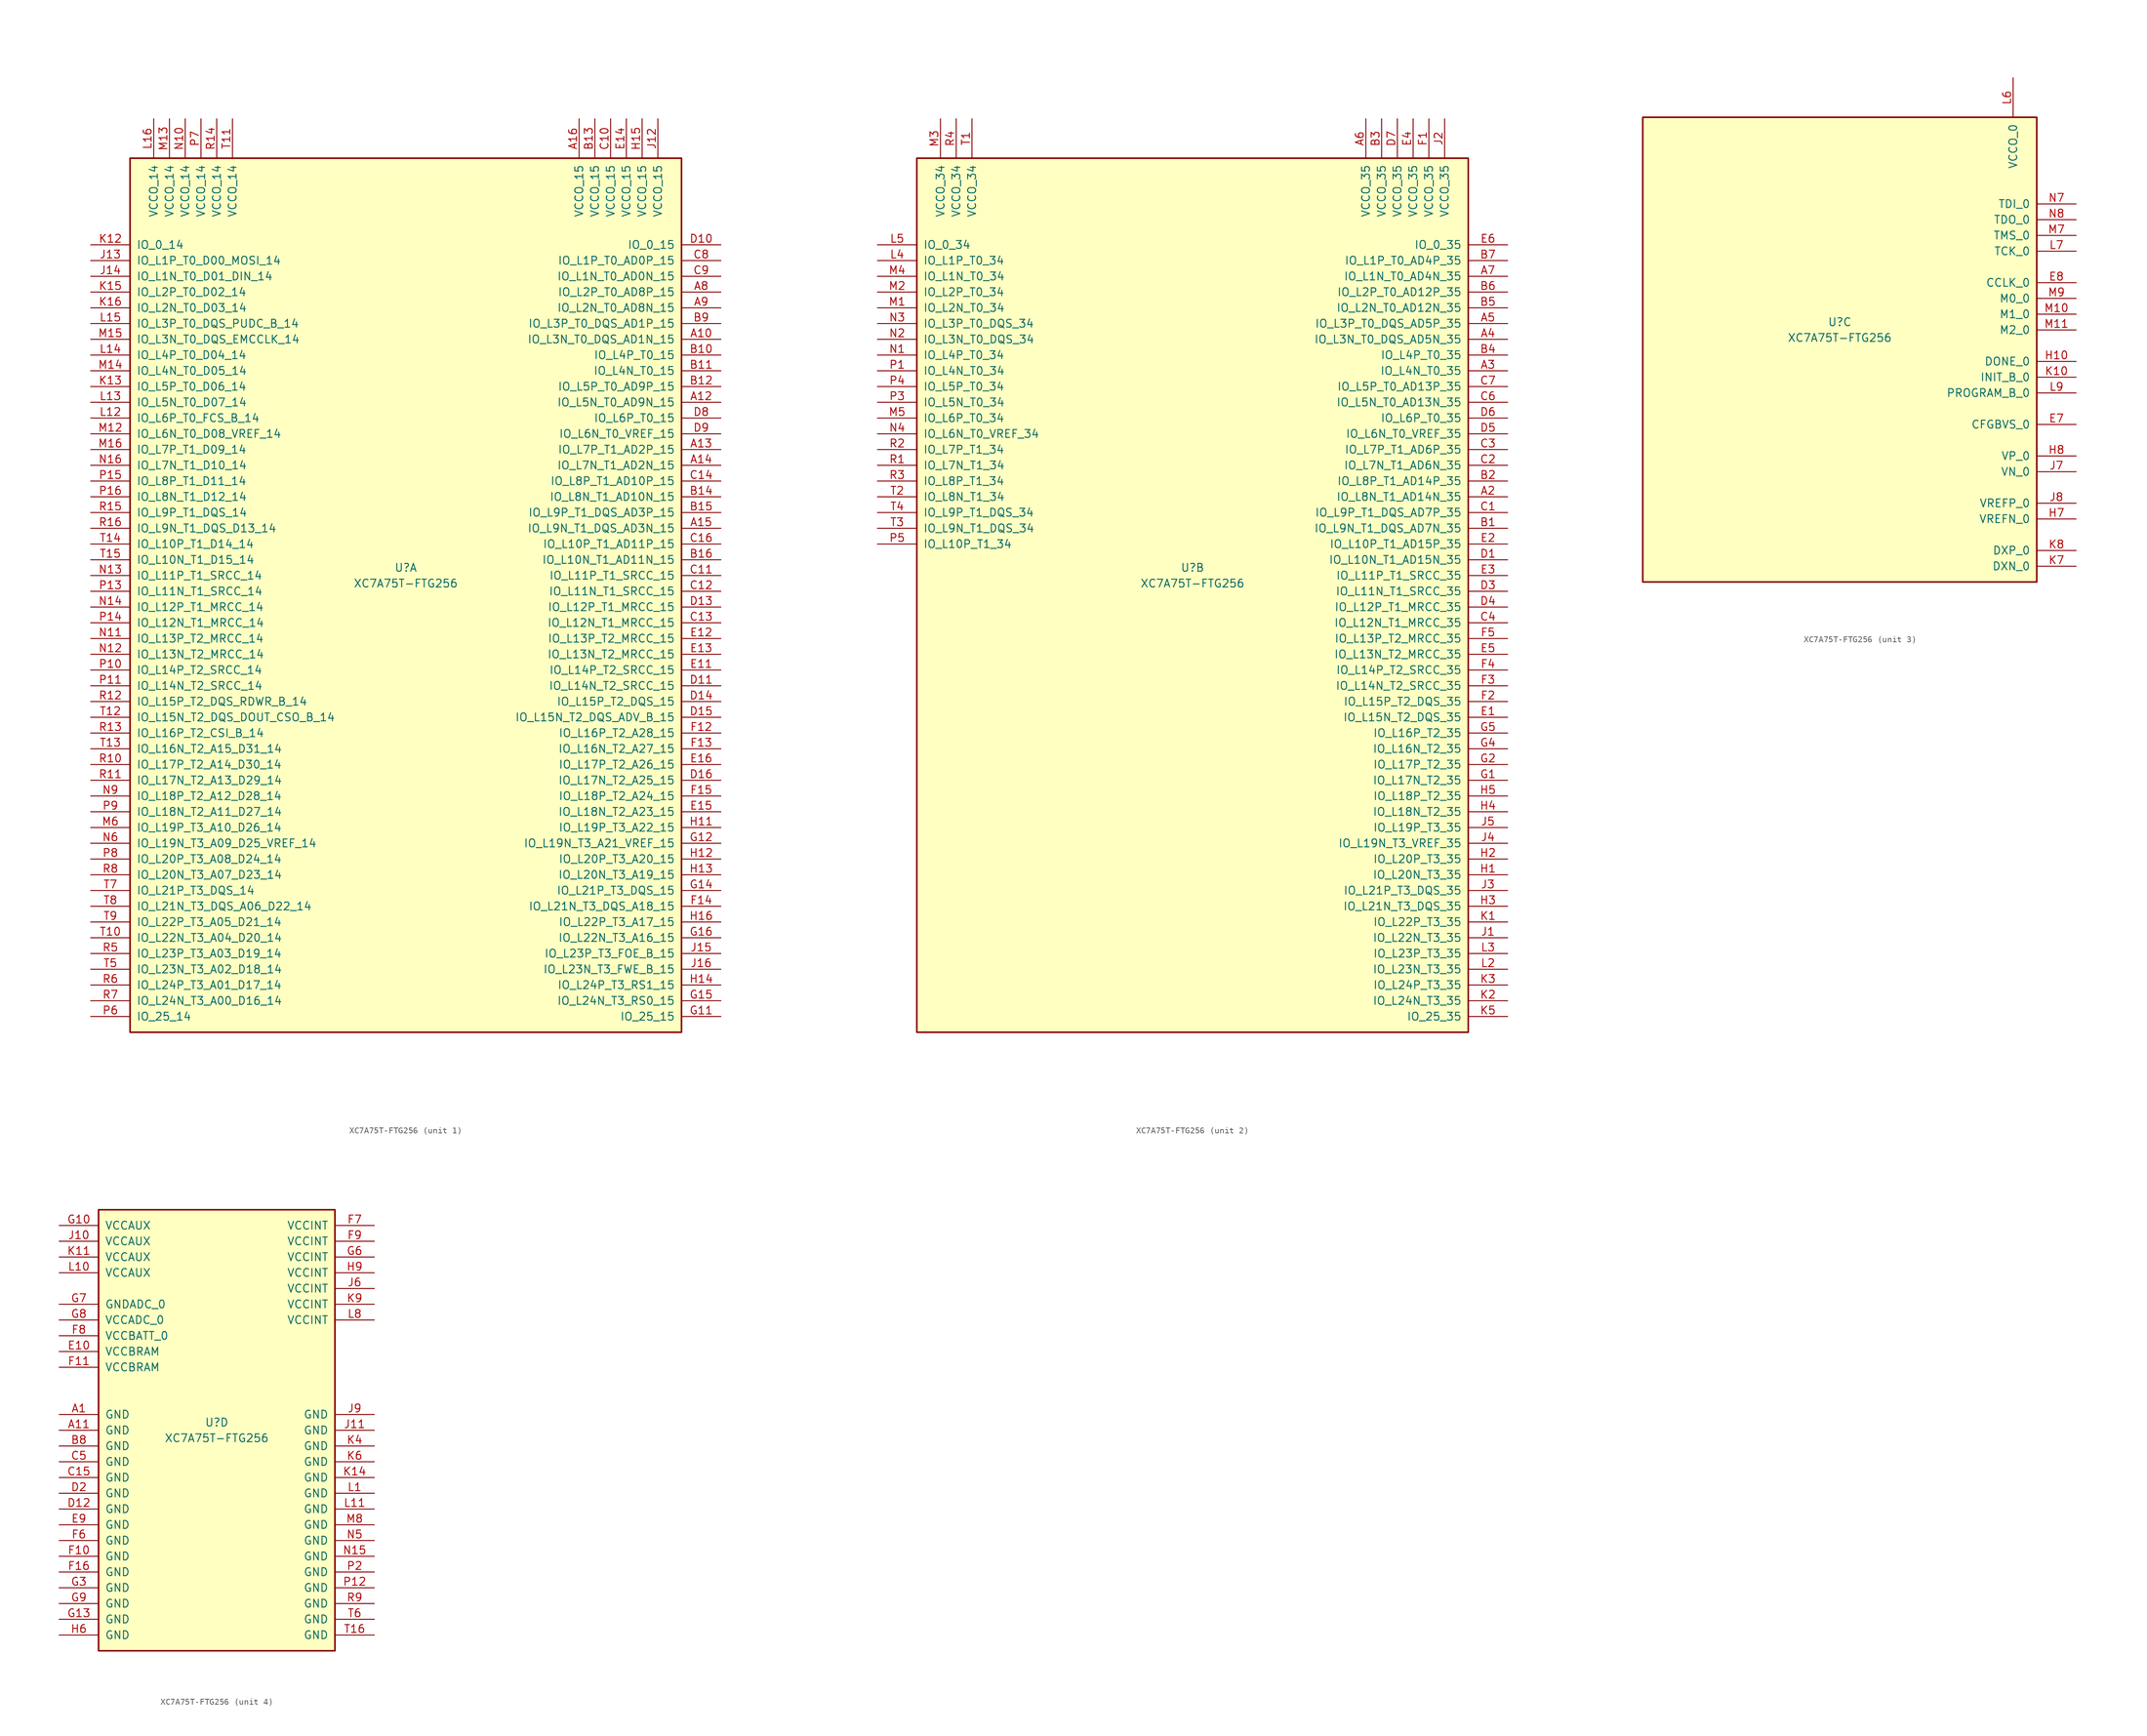
<source format=kicad_sym>
(kicad_symbol_lib
  (version 20211014)
  (generator kicad_symbol_editor)
  (symbol "XC7A75T-FTG256"
    (pin_names
      (offset 1.016))
    (property "Reference" "U"
      (at 0 1.27 0)
      (effects (font (size 1.27 1.27))))
    (property "Value" "XC7A75T-FTG256"
      (at 0 -1.27 0)
      (effects (font (size 1.27 1.27))))
    (property "Datasheet" ""
      (at 0 0 0)
      (effects (font (size 1.27 1.27))))
    (property "ki_locked" ""
      (at 0 0 0)
      (effects (font (size 1.27 1.27))))
    (symbol "XC7A75T-FTG256_1_1"
      (rectangle (start -44.45 67.31) (end 44.45 -73.66) (stroke (width 0.254) (type default) (color 0 0 0 0)) (fill (type background)))
      (pin bidirectional line (at 50.8 38.1 180) (length 6.35) (name "IO_L3N_T0_DQS_AD1N_15" (effects (font (size 1.27 1.27)))) (number "A10" (effects (font (size 1.27 1.27)))))
      (pin bidirectional line (at 50.8 27.94 180) (length 6.35) (name "IO_L5N_T0_AD9N_15" (effects (font (size 1.27 1.27)))) (number "A12" (effects (font (size 1.27 1.27)))))
      (pin bidirectional line (at 50.8 20.32 180) (length 6.35) (name "IO_L7P_T1_AD2P_15" (effects (font (size 1.27 1.27)))) (number "A13" (effects (font (size 1.27 1.27)))))
      (pin bidirectional line (at 50.8 17.78 180) (length 6.35) (name "IO_L7N_T1_AD2N_15" (effects (font (size 1.27 1.27)))) (number "A14" (effects (font (size 1.27 1.27)))))
      (pin bidirectional line (at 50.8 7.62 180) (length 6.35) (name "IO_L9N_T1_DQS_AD3N_15" (effects (font (size 1.27 1.27)))) (number "A15" (effects (font (size 1.27 1.27)))))
      (pin power_in line (at 27.94 73.66 270) (length 6.35) (name "VCCO_15" (effects (font (size 1.27 1.27)))) (number "A16" (effects (font (size 1.27 1.27)))))
      (pin bidirectional line (at 50.8 45.72 180) (length 6.35) (name "IO_L2P_T0_AD8P_15" (effects (font (size 1.27 1.27)))) (number "A8" (effects (font (size 1.27 1.27)))))
      (pin bidirectional line (at 50.8 43.18 180) (length 6.35) (name "IO_L2N_T0_AD8N_15" (effects (font (size 1.27 1.27)))) (number "A9" (effects (font (size 1.27 1.27)))))
      (pin bidirectional line (at 50.8 35.56 180) (length 6.35) (name "IO_L4P_T0_15" (effects (font (size 1.27 1.27)))) (number "B10" (effects (font (size 1.27 1.27)))))
      (pin bidirectional line (at 50.8 33.02 180) (length 6.35) (name "IO_L4N_T0_15" (effects (font (size 1.27 1.27)))) (number "B11" (effects (font (size 1.27 1.27)))))
      (pin bidirectional line (at 50.8 30.48 180) (length 6.35) (name "IO_L5P_T0_AD9P_15" (effects (font (size 1.27 1.27)))) (number "B12" (effects (font (size 1.27 1.27)))))
      (pin power_in line (at 30.48 73.66 270) (length 6.35) (name "VCCO_15" (effects (font (size 1.27 1.27)))) (number "B13" (effects (font (size 1.27 1.27)))))
      (pin bidirectional line (at 50.8 12.7 180) (length 6.35) (name "IO_L8N_T1_AD10N_15" (effects (font (size 1.27 1.27)))) (number "B14" (effects (font (size 1.27 1.27)))))
      (pin bidirectional line (at 50.8 10.16 180) (length 6.35) (name "IO_L9P_T1_DQS_AD3P_15" (effects (font (size 1.27 1.27)))) (number "B15" (effects (font (size 1.27 1.27)))))
      (pin bidirectional line (at 50.8 2.54 180) (length 6.35) (name "IO_L10N_T1_AD11N_15" (effects (font (size 1.27 1.27)))) (number "B16" (effects (font (size 1.27 1.27)))))
      (pin bidirectional line (at 50.8 40.64 180) (length 6.35) (name "IO_L3P_T0_DQS_AD1P_15" (effects (font (size 1.27 1.27)))) (number "B9" (effects (font (size 1.27 1.27)))))
      (pin power_in line (at 33.02 73.66 270) (length 6.35) (name "VCCO_15" (effects (font (size 1.27 1.27)))) (number "C10" (effects (font (size 1.27 1.27)))))
      (pin bidirectional line (at 50.8 0 180) (length 6.35) (name "IO_L11P_T1_SRCC_15" (effects (font (size 1.27 1.27)))) (number "C11" (effects (font (size 1.27 1.27)))))
      (pin bidirectional line (at 50.8 -2.54 180) (length 6.35) (name "IO_L11N_T1_SRCC_15" (effects (font (size 1.27 1.27)))) (number "C12" (effects (font (size 1.27 1.27)))))
      (pin bidirectional line (at 50.8 -7.62 180) (length 6.35) (name "IO_L12N_T1_MRCC_15" (effects (font (size 1.27 1.27)))) (number "C13" (effects (font (size 1.27 1.27)))))
      (pin bidirectional line (at 50.8 15.24 180) (length 6.35) (name "IO_L8P_T1_AD10P_15" (effects (font (size 1.27 1.27)))) (number "C14" (effects (font (size 1.27 1.27)))))
      (pin bidirectional line (at 50.8 5.08 180) (length 6.35) (name "IO_L10P_T1_AD11P_15" (effects (font (size 1.27 1.27)))) (number "C16" (effects (font (size 1.27 1.27)))))
      (pin bidirectional line (at 50.8 50.8 180) (length 6.35) (name "IO_L1P_T0_AD0P_15" (effects (font (size 1.27 1.27)))) (number "C8" (effects (font (size 1.27 1.27)))))
      (pin bidirectional line (at 50.8 48.26 180) (length 6.35) (name "IO_L1N_T0_AD0N_15" (effects (font (size 1.27 1.27)))) (number "C9" (effects (font (size 1.27 1.27)))))
      (pin bidirectional line (at 50.8 53.34 180) (length 6.35) (name "IO_0_15" (effects (font (size 1.27 1.27)))) (number "D10" (effects (font (size 1.27 1.27)))))
      (pin bidirectional line (at 50.8 -17.78 180) (length 6.35) (name "IO_L14N_T2_SRCC_15" (effects (font (size 1.27 1.27)))) (number "D11" (effects (font (size 1.27 1.27)))))
      (pin bidirectional line (at 50.8 -5.08 180) (length 6.35) (name "IO_L12P_T1_MRCC_15" (effects (font (size 1.27 1.27)))) (number "D13" (effects (font (size 1.27 1.27)))))
      (pin bidirectional line (at 50.8 -20.32 180) (length 6.35) (name "IO_L15P_T2_DQS_15" (effects (font (size 1.27 1.27)))) (number "D14" (effects (font (size 1.27 1.27)))))
      (pin bidirectional line (at 50.8 -22.86 180) (length 6.35) (name "IO_L15N_T2_DQS_ADV_B_15" (effects (font (size 1.27 1.27)))) (number "D15" (effects (font (size 1.27 1.27)))))
      (pin bidirectional line (at 50.8 -33.02 180) (length 6.35) (name "IO_L17N_T2_A25_15" (effects (font (size 1.27 1.27)))) (number "D16" (effects (font (size 1.27 1.27)))))
      (pin bidirectional line (at 50.8 25.4 180) (length 6.35) (name "IO_L6P_T0_15" (effects (font (size 1.27 1.27)))) (number "D8" (effects (font (size 1.27 1.27)))))
      (pin bidirectional line (at 50.8 22.86 180) (length 6.35) (name "IO_L6N_T0_VREF_15" (effects (font (size 1.27 1.27)))) (number "D9" (effects (font (size 1.27 1.27)))))
      (pin bidirectional line (at 50.8 -15.24 180) (length 6.35) (name "IO_L14P_T2_SRCC_15" (effects (font (size 1.27 1.27)))) (number "E11" (effects (font (size 1.27 1.27)))))
      (pin bidirectional line (at 50.8 -10.16 180) (length 6.35) (name "IO_L13P_T2_MRCC_15" (effects (font (size 1.27 1.27)))) (number "E12" (effects (font (size 1.27 1.27)))))
      (pin bidirectional line (at 50.8 -12.7 180) (length 6.35) (name "IO_L13N_T2_MRCC_15" (effects (font (size 1.27 1.27)))) (number "E13" (effects (font (size 1.27 1.27)))))
      (pin power_in line (at 35.56 73.66 270) (length 6.35) (name "VCCO_15" (effects (font (size 1.27 1.27)))) (number "E14" (effects (font (size 1.27 1.27)))))
      (pin bidirectional line (at 50.8 -38.1 180) (length 6.35) (name "IO_L18N_T2_A23_15" (effects (font (size 1.27 1.27)))) (number "E15" (effects (font (size 1.27 1.27)))))
      (pin bidirectional line (at 50.8 -30.48 180) (length 6.35) (name "IO_L17P_T2_A26_15" (effects (font (size 1.27 1.27)))) (number "E16" (effects (font (size 1.27 1.27)))))
      (pin bidirectional line (at 50.8 -25.4 180) (length 6.35) (name "IO_L16P_T2_A28_15" (effects (font (size 1.27 1.27)))) (number "F12" (effects (font (size 1.27 1.27)))))
      (pin bidirectional line (at 50.8 -27.94 180) (length 6.35) (name "IO_L16N_T2_A27_15" (effects (font (size 1.27 1.27)))) (number "F13" (effects (font (size 1.27 1.27)))))
      (pin bidirectional line (at 50.8 -53.34 180) (length 6.35) (name "IO_L21N_T3_DQS_A18_15" (effects (font (size 1.27 1.27)))) (number "F14" (effects (font (size 1.27 1.27)))))
      (pin bidirectional line (at 50.8 -35.56 180) (length 6.35) (name "IO_L18P_T2_A24_15" (effects (font (size 1.27 1.27)))) (number "F15" (effects (font (size 1.27 1.27)))))
      (pin bidirectional line (at 50.8 -71.12 180) (length 6.35) (name "IO_25_15" (effects (font (size 1.27 1.27)))) (number "G11" (effects (font (size 1.27 1.27)))))
      (pin bidirectional line (at 50.8 -43.18 180) (length 6.35) (name "IO_L19N_T3_A21_VREF_15" (effects (font (size 1.27 1.27)))) (number "G12" (effects (font (size 1.27 1.27)))))
      (pin bidirectional line (at 50.8 -50.8 180) (length 6.35) (name "IO_L21P_T3_DQS_15" (effects (font (size 1.27 1.27)))) (number "G14" (effects (font (size 1.27 1.27)))))
      (pin bidirectional line (at 50.8 -68.58 180) (length 6.35) (name "IO_L24N_T3_RS0_15" (effects (font (size 1.27 1.27)))) (number "G15" (effects (font (size 1.27 1.27)))))
      (pin bidirectional line (at 50.8 -58.42 180) (length 6.35) (name "IO_L22N_T3_A16_15" (effects (font (size 1.27 1.27)))) (number "G16" (effects (font (size 1.27 1.27)))))
      (pin bidirectional line (at 50.8 -40.64 180) (length 6.35) (name "IO_L19P_T3_A22_15" (effects (font (size 1.27 1.27)))) (number "H11" (effects (font (size 1.27 1.27)))))
      (pin bidirectional line (at 50.8 -45.72 180) (length 6.35) (name "IO_L20P_T3_A20_15" (effects (font (size 1.27 1.27)))) (number "H12" (effects (font (size 1.27 1.27)))))
      (pin bidirectional line (at 50.8 -48.26 180) (length 6.35) (name "IO_L20N_T3_A19_15" (effects (font (size 1.27 1.27)))) (number "H13" (effects (font (size 1.27 1.27)))))
      (pin bidirectional line (at 50.8 -66.04 180) (length 6.35) (name "IO_L24P_T3_RS1_15" (effects (font (size 1.27 1.27)))) (number "H14" (effects (font (size 1.27 1.27)))))
      (pin power_in line (at 38.1 73.66 270) (length 6.35) (name "VCCO_15" (effects (font (size 1.27 1.27)))) (number "H15" (effects (font (size 1.27 1.27)))))
      (pin bidirectional line (at 50.8 -55.88 180) (length 6.35) (name "IO_L22P_T3_A17_15" (effects (font (size 1.27 1.27)))) (number "H16" (effects (font (size 1.27 1.27)))))
      (pin power_in line (at 40.64 73.66 270) (length 6.35) (name "VCCO_15" (effects (font (size 1.27 1.27)))) (number "J12" (effects (font (size 1.27 1.27)))))
      (pin bidirectional line (at -50.8 50.8 0) (length 6.35) (name "IO_L1P_T0_D00_MOSI_14" (effects (font (size 1.27 1.27)))) (number "J13" (effects (font (size 1.27 1.27)))))
      (pin bidirectional line (at -50.8 48.26 0) (length 6.35) (name "IO_L1N_T0_D01_DIN_14" (effects (font (size 1.27 1.27)))) (number "J14" (effects (font (size 1.27 1.27)))))
      (pin bidirectional line (at 50.8 -60.96 180) (length 6.35) (name "IO_L23P_T3_FOE_B_15" (effects (font (size 1.27 1.27)))) (number "J15" (effects (font (size 1.27 1.27)))))
      (pin bidirectional line (at 50.8 -63.5 180) (length 6.35) (name "IO_L23N_T3_FWE_B_15" (effects (font (size 1.27 1.27)))) (number "J16" (effects (font (size 1.27 1.27)))))
      (pin bidirectional line (at -50.8 53.34 0) (length 6.35) (name "IO_0_14" (effects (font (size 1.27 1.27)))) (number "K12" (effects (font (size 1.27 1.27)))))
      (pin bidirectional line (at -50.8 30.48 0) (length 6.35) (name "IO_L5P_T0_D06_14" (effects (font (size 1.27 1.27)))) (number "K13" (effects (font (size 1.27 1.27)))))
      (pin bidirectional line (at -50.8 45.72 0) (length 6.35) (name "IO_L2P_T0_D02_14" (effects (font (size 1.27 1.27)))) (number "K15" (effects (font (size 1.27 1.27)))))
      (pin bidirectional line (at -50.8 43.18 0) (length 6.35) (name "IO_L2N_T0_D03_14" (effects (font (size 1.27 1.27)))) (number "K16" (effects (font (size 1.27 1.27)))))
      (pin bidirectional line (at -50.8 25.4 0) (length 6.35) (name "IO_L6P_T0_FCS_B_14" (effects (font (size 1.27 1.27)))) (number "L12" (effects (font (size 1.27 1.27)))))
      (pin bidirectional line (at -50.8 27.94 0) (length 6.35) (name "IO_L5N_T0_D07_14" (effects (font (size 1.27 1.27)))) (number "L13" (effects (font (size 1.27 1.27)))))
      (pin bidirectional line (at -50.8 35.56 0) (length 6.35) (name "IO_L4P_T0_D04_14" (effects (font (size 1.27 1.27)))) (number "L14" (effects (font (size 1.27 1.27)))))
      (pin bidirectional line (at -50.8 40.64 0) (length 6.35) (name "IO_L3P_T0_DQS_PUDC_B_14" (effects (font (size 1.27 1.27)))) (number "L15" (effects (font (size 1.27 1.27)))))
      (pin power_in line (at -40.64 73.66 270) (length 6.35) (name "VCCO_14" (effects (font (size 1.27 1.27)))) (number "L16" (effects (font (size 1.27 1.27)))))
      (pin bidirectional line (at -50.8 22.86 0) (length 6.35) (name "IO_L6N_T0_D08_VREF_14" (effects (font (size 1.27 1.27)))) (number "M12" (effects (font (size 1.27 1.27)))))
      (pin power_in line (at -38.1 73.66 270) (length 6.35) (name "VCCO_14" (effects (font (size 1.27 1.27)))) (number "M13" (effects (font (size 1.27 1.27)))))
      (pin bidirectional line (at -50.8 33.02 0) (length 6.35) (name "IO_L4N_T0_D05_14" (effects (font (size 1.27 1.27)))) (number "M14" (effects (font (size 1.27 1.27)))))
      (pin bidirectional line (at -50.8 38.1 0) (length 6.35) (name "IO_L3N_T0_DQS_EMCCLK_14" (effects (font (size 1.27 1.27)))) (number "M15" (effects (font (size 1.27 1.27)))))
      (pin bidirectional line (at -50.8 20.32 0) (length 6.35) (name "IO_L7P_T1_D09_14" (effects (font (size 1.27 1.27)))) (number "M16" (effects (font (size 1.27 1.27)))))
      (pin bidirectional line (at -50.8 -40.64 0) (length 6.35) (name "IO_L19P_T3_A10_D26_14" (effects (font (size 1.27 1.27)))) (number "M6" (effects (font (size 1.27 1.27)))))
      (pin power_in line (at -35.56 73.66 270) (length 6.35) (name "VCCO_14" (effects (font (size 1.27 1.27)))) (number "N10" (effects (font (size 1.27 1.27)))))
      (pin bidirectional line (at -50.8 -10.16 0) (length 6.35) (name "IO_L13P_T2_MRCC_14" (effects (font (size 1.27 1.27)))) (number "N11" (effects (font (size 1.27 1.27)))))
      (pin bidirectional line (at -50.8 -12.7 0) (length 6.35) (name "IO_L13N_T2_MRCC_14" (effects (font (size 1.27 1.27)))) (number "N12" (effects (font (size 1.27 1.27)))))
      (pin bidirectional line (at -50.8 0 0) (length 6.35) (name "IO_L11P_T1_SRCC_14" (effects (font (size 1.27 1.27)))) (number "N13" (effects (font (size 1.27 1.27)))))
      (pin bidirectional line (at -50.8 -5.08 0) (length 6.35) (name "IO_L12P_T1_MRCC_14" (effects (font (size 1.27 1.27)))) (number "N14" (effects (font (size 1.27 1.27)))))
      (pin bidirectional line (at -50.8 17.78 0) (length 6.35) (name "IO_L7N_T1_D10_14" (effects (font (size 1.27 1.27)))) (number "N16" (effects (font (size 1.27 1.27)))))
      (pin bidirectional line (at -50.8 -43.18 0) (length 6.35) (name "IO_L19N_T3_A09_D25_VREF_14" (effects (font (size 1.27 1.27)))) (number "N6" (effects (font (size 1.27 1.27)))))
      (pin bidirectional line (at -50.8 -35.56 0) (length 6.35) (name "IO_L18P_T2_A12_D28_14" (effects (font (size 1.27 1.27)))) (number "N9" (effects (font (size 1.27 1.27)))))
      (pin bidirectional line (at -50.8 -15.24 0) (length 6.35) (name "IO_L14P_T2_SRCC_14" (effects (font (size 1.27 1.27)))) (number "P10" (effects (font (size 1.27 1.27)))))
      (pin bidirectional line (at -50.8 -17.78 0) (length 6.35) (name "IO_L14N_T2_SRCC_14" (effects (font (size 1.27 1.27)))) (number "P11" (effects (font (size 1.27 1.27)))))
      (pin bidirectional line (at -50.8 -2.54 0) (length 6.35) (name "IO_L11N_T1_SRCC_14" (effects (font (size 1.27 1.27)))) (number "P13" (effects (font (size 1.27 1.27)))))
      (pin bidirectional line (at -50.8 -7.62 0) (length 6.35) (name "IO_L12N_T1_MRCC_14" (effects (font (size 1.27 1.27)))) (number "P14" (effects (font (size 1.27 1.27)))))
      (pin bidirectional line (at -50.8 15.24 0) (length 6.35) (name "IO_L8P_T1_D11_14" (effects (font (size 1.27 1.27)))) (number "P15" (effects (font (size 1.27 1.27)))))
      (pin bidirectional line (at -50.8 12.7 0) (length 6.35) (name "IO_L8N_T1_D12_14" (effects (font (size 1.27 1.27)))) (number "P16" (effects (font (size 1.27 1.27)))))
      (pin bidirectional line (at -50.8 -71.12 0) (length 6.35) (name "IO_25_14" (effects (font (size 1.27 1.27)))) (number "P6" (effects (font (size 1.27 1.27)))))
      (pin power_in line (at -33.02 73.66 270) (length 6.35) (name "VCCO_14" (effects (font (size 1.27 1.27)))) (number "P7" (effects (font (size 1.27 1.27)))))
      (pin bidirectional line (at -50.8 -45.72 0) (length 6.35) (name "IO_L20P_T3_A08_D24_14" (effects (font (size 1.27 1.27)))) (number "P8" (effects (font (size 1.27 1.27)))))
      (pin bidirectional line (at -50.8 -38.1 0) (length 6.35) (name "IO_L18N_T2_A11_D27_14" (effects (font (size 1.27 1.27)))) (number "P9" (effects (font (size 1.27 1.27)))))
      (pin bidirectional line (at -50.8 -30.48 0) (length 6.35) (name "IO_L17P_T2_A14_D30_14" (effects (font (size 1.27 1.27)))) (number "R10" (effects (font (size 1.27 1.27)))))
      (pin bidirectional line (at -50.8 -33.02 0) (length 6.35) (name "IO_L17N_T2_A13_D29_14" (effects (font (size 1.27 1.27)))) (number "R11" (effects (font (size 1.27 1.27)))))
      (pin bidirectional line (at -50.8 -20.32 0) (length 6.35) (name "IO_L15P_T2_DQS_RDWR_B_14" (effects (font (size 1.27 1.27)))) (number "R12" (effects (font (size 1.27 1.27)))))
      (pin bidirectional line (at -50.8 -25.4 0) (length 6.35) (name "IO_L16P_T2_CSI_B_14" (effects (font (size 1.27 1.27)))) (number "R13" (effects (font (size 1.27 1.27)))))
      (pin power_in line (at -30.48 73.66 270) (length 6.35) (name "VCCO_14" (effects (font (size 1.27 1.27)))) (number "R14" (effects (font (size 1.27 1.27)))))
      (pin bidirectional line (at -50.8 10.16 0) (length 6.35) (name "IO_L9P_T1_DQS_14" (effects (font (size 1.27 1.27)))) (number "R15" (effects (font (size 1.27 1.27)))))
      (pin bidirectional line (at -50.8 7.62 0) (length 6.35) (name "IO_L9N_T1_DQS_D13_14" (effects (font (size 1.27 1.27)))) (number "R16" (effects (font (size 1.27 1.27)))))
      (pin bidirectional line (at -50.8 -60.96 0) (length 6.35) (name "IO_L23P_T3_A03_D19_14" (effects (font (size 1.27 1.27)))) (number "R5" (effects (font (size 1.27 1.27)))))
      (pin bidirectional line (at -50.8 -66.04 0) (length 6.35) (name "IO_L24P_T3_A01_D17_14" (effects (font (size 1.27 1.27)))) (number "R6" (effects (font (size 1.27 1.27)))))
      (pin bidirectional line (at -50.8 -68.58 0) (length 6.35) (name "IO_L24N_T3_A00_D16_14" (effects (font (size 1.27 1.27)))) (number "R7" (effects (font (size 1.27 1.27)))))
      (pin bidirectional line (at -50.8 -48.26 0) (length 6.35) (name "IO_L20N_T3_A07_D23_14" (effects (font (size 1.27 1.27)))) (number "R8" (effects (font (size 1.27 1.27)))))
      (pin bidirectional line (at -50.8 -58.42 0) (length 6.35) (name "IO_L22N_T3_A04_D20_14" (effects (font (size 1.27 1.27)))) (number "T10" (effects (font (size 1.27 1.27)))))
      (pin power_in line (at -27.94 73.66 270) (length 6.35) (name "VCCO_14" (effects (font (size 1.27 1.27)))) (number "T11" (effects (font (size 1.27 1.27)))))
      (pin bidirectional line (at -50.8 -22.86 0) (length 6.35) (name "IO_L15N_T2_DQS_DOUT_CSO_B_14" (effects (font (size 1.27 1.27)))) (number "T12" (effects (font (size 1.27 1.27)))))
      (pin bidirectional line (at -50.8 -27.94 0) (length 6.35) (name "IO_L16N_T2_A15_D31_14" (effects (font (size 1.27 1.27)))) (number "T13" (effects (font (size 1.27 1.27)))))
      (pin bidirectional line (at -50.8 5.08 0) (length 6.35) (name "IO_L10P_T1_D14_14" (effects (font (size 1.27 1.27)))) (number "T14" (effects (font (size 1.27 1.27)))))
      (pin bidirectional line (at -50.8 2.54 0) (length 6.35) (name "IO_L10N_T1_D15_14" (effects (font (size 1.27 1.27)))) (number "T15" (effects (font (size 1.27 1.27)))))
      (pin bidirectional line (at -50.8 -63.5 0) (length 6.35) (name "IO_L23N_T3_A02_D18_14" (effects (font (size 1.27 1.27)))) (number "T5" (effects (font (size 1.27 1.27)))))
      (pin bidirectional line (at -50.8 -50.8 0) (length 6.35) (name "IO_L21P_T3_DQS_14" (effects (font (size 1.27 1.27)))) (number "T7" (effects (font (size 1.27 1.27)))))
      (pin bidirectional line (at -50.8 -53.34 0) (length 6.35) (name "IO_L21N_T3_DQS_A06_D22_14" (effects (font (size 1.27 1.27)))) (number "T8" (effects (font (size 1.27 1.27)))))
      (pin bidirectional line (at -50.8 -55.88 0) (length 6.35) (name "IO_L22P_T3_A05_D21_14" (effects (font (size 1.27 1.27)))) (number "T9" (effects (font (size 1.27 1.27))))))
    (symbol "XC7A75T-FTG256_2_1"
      (rectangle (start -44.45 67.31) (end 44.45 -73.66) (stroke (width 0.254) (type default) (color 0 0 0 0)) (fill (type background)))
      (pin bidirectional line (at 50.8 12.7 180) (length 6.35) (name "IO_L8N_T1_AD14N_35" (effects (font (size 1.27 1.27)))) (number "A2" (effects (font (size 1.27 1.27)))))
      (pin bidirectional line (at 50.8 33.02 180) (length 6.35) (name "IO_L4N_T0_35" (effects (font (size 1.27 1.27)))) (number "A3" (effects (font (size 1.27 1.27)))))
      (pin bidirectional line (at 50.8 38.1 180) (length 6.35) (name "IO_L3N_T0_DQS_AD5N_35" (effects (font (size 1.27 1.27)))) (number "A4" (effects (font (size 1.27 1.27)))))
      (pin bidirectional line (at 50.8 40.64 180) (length 6.35) (name "IO_L3P_T0_DQS_AD5P_35" (effects (font (size 1.27 1.27)))) (number "A5" (effects (font (size 1.27 1.27)))))
      (pin power_in line (at 27.94 73.66 270) (length 6.35) (name "VCCO_35" (effects (font (size 1.27 1.27)))) (number "A6" (effects (font (size 1.27 1.27)))))
      (pin bidirectional line (at 50.8 48.26 180) (length 6.35) (name "IO_L1N_T0_AD4N_35" (effects (font (size 1.27 1.27)))) (number "A7" (effects (font (size 1.27 1.27)))))
      (pin bidirectional line (at 50.8 7.62 180) (length 6.35) (name "IO_L9N_T1_DQS_AD7N_35" (effects (font (size 1.27 1.27)))) (number "B1" (effects (font (size 1.27 1.27)))))
      (pin bidirectional line (at 50.8 15.24 180) (length 6.35) (name "IO_L8P_T1_AD14P_35" (effects (font (size 1.27 1.27)))) (number "B2" (effects (font (size 1.27 1.27)))))
      (pin power_in line (at 30.48 73.66 270) (length 6.35) (name "VCCO_35" (effects (font (size 1.27 1.27)))) (number "B3" (effects (font (size 1.27 1.27)))))
      (pin bidirectional line (at 50.8 35.56 180) (length 6.35) (name "IO_L4P_T0_35" (effects (font (size 1.27 1.27)))) (number "B4" (effects (font (size 1.27 1.27)))))
      (pin bidirectional line (at 50.8 43.18 180) (length 6.35) (name "IO_L2N_T0_AD12N_35" (effects (font (size 1.27 1.27)))) (number "B5" (effects (font (size 1.27 1.27)))))
      (pin bidirectional line (at 50.8 45.72 180) (length 6.35) (name "IO_L2P_T0_AD12P_35" (effects (font (size 1.27 1.27)))) (number "B6" (effects (font (size 1.27 1.27)))))
      (pin bidirectional line (at 50.8 50.8 180) (length 6.35) (name "IO_L1P_T0_AD4P_35" (effects (font (size 1.27 1.27)))) (number "B7" (effects (font (size 1.27 1.27)))))
      (pin bidirectional line (at 50.8 10.16 180) (length 6.35) (name "IO_L9P_T1_DQS_AD7P_35" (effects (font (size 1.27 1.27)))) (number "C1" (effects (font (size 1.27 1.27)))))
      (pin bidirectional line (at 50.8 17.78 180) (length 6.35) (name "IO_L7N_T1_AD6N_35" (effects (font (size 1.27 1.27)))) (number "C2" (effects (font (size 1.27 1.27)))))
      (pin bidirectional line (at 50.8 20.32 180) (length 6.35) (name "IO_L7P_T1_AD6P_35" (effects (font (size 1.27 1.27)))) (number "C3" (effects (font (size 1.27 1.27)))))
      (pin bidirectional line (at 50.8 -7.62 180) (length 6.35) (name "IO_L12N_T1_MRCC_35" (effects (font (size 1.27 1.27)))) (number "C4" (effects (font (size 1.27 1.27)))))
      (pin bidirectional line (at 50.8 27.94 180) (length 6.35) (name "IO_L5N_T0_AD13N_35" (effects (font (size 1.27 1.27)))) (number "C6" (effects (font (size 1.27 1.27)))))
      (pin bidirectional line (at 50.8 30.48 180) (length 6.35) (name "IO_L5P_T0_AD13P_35" (effects (font (size 1.27 1.27)))) (number "C7" (effects (font (size 1.27 1.27)))))
      (pin bidirectional line (at 50.8 2.54 180) (length 6.35) (name "IO_L10N_T1_AD15N_35" (effects (font (size 1.27 1.27)))) (number "D1" (effects (font (size 1.27 1.27)))))
      (pin bidirectional line (at 50.8 -2.54 180) (length 6.35) (name "IO_L11N_T1_SRCC_35" (effects (font (size 1.27 1.27)))) (number "D3" (effects (font (size 1.27 1.27)))))
      (pin bidirectional line (at 50.8 -5.08 180) (length 6.35) (name "IO_L12P_T1_MRCC_35" (effects (font (size 1.27 1.27)))) (number "D4" (effects (font (size 1.27 1.27)))))
      (pin bidirectional line (at 50.8 22.86 180) (length 6.35) (name "IO_L6N_T0_VREF_35" (effects (font (size 1.27 1.27)))) (number "D5" (effects (font (size 1.27 1.27)))))
      (pin bidirectional line (at 50.8 25.4 180) (length 6.35) (name "IO_L6P_T0_35" (effects (font (size 1.27 1.27)))) (number "D6" (effects (font (size 1.27 1.27)))))
      (pin power_in line (at 33.02 73.66 270) (length 6.35) (name "VCCO_35" (effects (font (size 1.27 1.27)))) (number "D7" (effects (font (size 1.27 1.27)))))
      (pin bidirectional line (at 50.8 -22.86 180) (length 6.35) (name "IO_L15N_T2_DQS_35" (effects (font (size 1.27 1.27)))) (number "E1" (effects (font (size 1.27 1.27)))))
      (pin bidirectional line (at 50.8 5.08 180) (length 6.35) (name "IO_L10P_T1_AD15P_35" (effects (font (size 1.27 1.27)))) (number "E2" (effects (font (size 1.27 1.27)))))
      (pin bidirectional line (at 50.8 0 180) (length 6.35) (name "IO_L11P_T1_SRCC_35" (effects (font (size 1.27 1.27)))) (number "E3" (effects (font (size 1.27 1.27)))))
      (pin power_in line (at 35.56 73.66 270) (length 6.35) (name "VCCO_35" (effects (font (size 1.27 1.27)))) (number "E4" (effects (font (size 1.27 1.27)))))
      (pin bidirectional line (at 50.8 -12.7 180) (length 6.35) (name "IO_L13N_T2_MRCC_35" (effects (font (size 1.27 1.27)))) (number "E5" (effects (font (size 1.27 1.27)))))
      (pin bidirectional line (at 50.8 53.34 180) (length 6.35) (name "IO_0_35" (effects (font (size 1.27 1.27)))) (number "E6" (effects (font (size 1.27 1.27)))))
      (pin power_in line (at 38.1 73.66 270) (length 6.35) (name "VCCO_35" (effects (font (size 1.27 1.27)))) (number "F1" (effects (font (size 1.27 1.27)))))
      (pin bidirectional line (at 50.8 -20.32 180) (length 6.35) (name "IO_L15P_T2_DQS_35" (effects (font (size 1.27 1.27)))) (number "F2" (effects (font (size 1.27 1.27)))))
      (pin bidirectional line (at 50.8 -17.78 180) (length 6.35) (name "IO_L14N_T2_SRCC_35" (effects (font (size 1.27 1.27)))) (number "F3" (effects (font (size 1.27 1.27)))))
      (pin bidirectional line (at 50.8 -15.24 180) (length 6.35) (name "IO_L14P_T2_SRCC_35" (effects (font (size 1.27 1.27)))) (number "F4" (effects (font (size 1.27 1.27)))))
      (pin bidirectional line (at 50.8 -10.16 180) (length 6.35) (name "IO_L13P_T2_MRCC_35" (effects (font (size 1.27 1.27)))) (number "F5" (effects (font (size 1.27 1.27)))))
      (pin bidirectional line (at 50.8 -33.02 180) (length 6.35) (name "IO_L17N_T2_35" (effects (font (size 1.27 1.27)))) (number "G1" (effects (font (size 1.27 1.27)))))
      (pin bidirectional line (at 50.8 -30.48 180) (length 6.35) (name "IO_L17P_T2_35" (effects (font (size 1.27 1.27)))) (number "G2" (effects (font (size 1.27 1.27)))))
      (pin bidirectional line (at 50.8 -27.94 180) (length 6.35) (name "IO_L16N_T2_35" (effects (font (size 1.27 1.27)))) (number "G4" (effects (font (size 1.27 1.27)))))
      (pin bidirectional line (at 50.8 -25.4 180) (length 6.35) (name "IO_L16P_T2_35" (effects (font (size 1.27 1.27)))) (number "G5" (effects (font (size 1.27 1.27)))))
      (pin bidirectional line (at 50.8 -48.26 180) (length 6.35) (name "IO_L20N_T3_35" (effects (font (size 1.27 1.27)))) (number "H1" (effects (font (size 1.27 1.27)))))
      (pin bidirectional line (at 50.8 -45.72 180) (length 6.35) (name "IO_L20P_T3_35" (effects (font (size 1.27 1.27)))) (number "H2" (effects (font (size 1.27 1.27)))))
      (pin bidirectional line (at 50.8 -53.34 180) (length 6.35) (name "IO_L21N_T3_DQS_35" (effects (font (size 1.27 1.27)))) (number "H3" (effects (font (size 1.27 1.27)))))
      (pin bidirectional line (at 50.8 -38.1 180) (length 6.35) (name "IO_L18N_T2_35" (effects (font (size 1.27 1.27)))) (number "H4" (effects (font (size 1.27 1.27)))))
      (pin bidirectional line (at 50.8 -35.56 180) (length 6.35) (name "IO_L18P_T2_35" (effects (font (size 1.27 1.27)))) (number "H5" (effects (font (size 1.27 1.27)))))
      (pin bidirectional line (at 50.8 -58.42 180) (length 6.35) (name "IO_L22N_T3_35" (effects (font (size 1.27 1.27)))) (number "J1" (effects (font (size 1.27 1.27)))))
      (pin power_in line (at 40.64 73.66 270) (length 6.35) (name "VCCO_35" (effects (font (size 1.27 1.27)))) (number "J2" (effects (font (size 1.27 1.27)))))
      (pin bidirectional line (at 50.8 -50.8 180) (length 6.35) (name "IO_L21P_T3_DQS_35" (effects (font (size 1.27 1.27)))) (number "J3" (effects (font (size 1.27 1.27)))))
      (pin bidirectional line (at 50.8 -43.18 180) (length 6.35) (name "IO_L19N_T3_VREF_35" (effects (font (size 1.27 1.27)))) (number "J4" (effects (font (size 1.27 1.27)))))
      (pin bidirectional line (at 50.8 -40.64 180) (length 6.35) (name "IO_L19P_T3_35" (effects (font (size 1.27 1.27)))) (number "J5" (effects (font (size 1.27 1.27)))))
      (pin bidirectional line (at 50.8 -55.88 180) (length 6.35) (name "IO_L22P_T3_35" (effects (font (size 1.27 1.27)))) (number "K1" (effects (font (size 1.27 1.27)))))
      (pin bidirectional line (at 50.8 -68.58 180) (length 6.35) (name "IO_L24N_T3_35" (effects (font (size 1.27 1.27)))) (number "K2" (effects (font (size 1.27 1.27)))))
      (pin bidirectional line (at 50.8 -66.04 180) (length 6.35) (name "IO_L24P_T3_35" (effects (font (size 1.27 1.27)))) (number "K3" (effects (font (size 1.27 1.27)))))
      (pin bidirectional line (at 50.8 -71.12 180) (length 6.35) (name "IO_25_35" (effects (font (size 1.27 1.27)))) (number "K5" (effects (font (size 1.27 1.27)))))
      (pin bidirectional line (at 50.8 -63.5 180) (length 6.35) (name "IO_L23N_T3_35" (effects (font (size 1.27 1.27)))) (number "L2" (effects (font (size 1.27 1.27)))))
      (pin bidirectional line (at 50.8 -60.96 180) (length 6.35) (name "IO_L23P_T3_35" (effects (font (size 1.27 1.27)))) (number "L3" (effects (font (size 1.27 1.27)))))
      (pin bidirectional line (at -50.8 50.8 0) (length 6.35) (name "IO_L1P_T0_34" (effects (font (size 1.27 1.27)))) (number "L4" (effects (font (size 1.27 1.27)))))
      (pin bidirectional line (at -50.8 53.34 0) (length 6.35) (name "IO_0_34" (effects (font (size 1.27 1.27)))) (number "L5" (effects (font (size 1.27 1.27)))))
      (pin bidirectional line (at -50.8 43.18 0) (length 6.35) (name "IO_L2N_T0_34" (effects (font (size 1.27 1.27)))) (number "M1" (effects (font (size 1.27 1.27)))))
      (pin bidirectional line (at -50.8 45.72 0) (length 6.35) (name "IO_L2P_T0_34" (effects (font (size 1.27 1.27)))) (number "M2" (effects (font (size 1.27 1.27)))))
      (pin power_in line (at -40.64 73.66 270) (length 6.35) (name "VCCO_34" (effects (font (size 1.27 1.27)))) (number "M3" (effects (font (size 1.27 1.27)))))
      (pin bidirectional line (at -50.8 48.26 0) (length 6.35) (name "IO_L1N_T0_34" (effects (font (size 1.27 1.27)))) (number "M4" (effects (font (size 1.27 1.27)))))
      (pin bidirectional line (at -50.8 25.4 0) (length 6.35) (name "IO_L6P_T0_34" (effects (font (size 1.27 1.27)))) (number "M5" (effects (font (size 1.27 1.27)))))
      (pin bidirectional line (at -50.8 35.56 0) (length 6.35) (name "IO_L4P_T0_34" (effects (font (size 1.27 1.27)))) (number "N1" (effects (font (size 1.27 1.27)))))
      (pin bidirectional line (at -50.8 38.1 0) (length 6.35) (name "IO_L3N_T0_DQS_34" (effects (font (size 1.27 1.27)))) (number "N2" (effects (font (size 1.27 1.27)))))
      (pin bidirectional line (at -50.8 40.64 0) (length 6.35) (name "IO_L3P_T0_DQS_34" (effects (font (size 1.27 1.27)))) (number "N3" (effects (font (size 1.27 1.27)))))
      (pin bidirectional line (at -50.8 22.86 0) (length 6.35) (name "IO_L6N_T0_VREF_34" (effects (font (size 1.27 1.27)))) (number "N4" (effects (font (size 1.27 1.27)))))
      (pin bidirectional line (at -50.8 33.02 0) (length 6.35) (name "IO_L4N_T0_34" (effects (font (size 1.27 1.27)))) (number "P1" (effects (font (size 1.27 1.27)))))
      (pin bidirectional line (at -50.8 27.94 0) (length 6.35) (name "IO_L5N_T0_34" (effects (font (size 1.27 1.27)))) (number "P3" (effects (font (size 1.27 1.27)))))
      (pin bidirectional line (at -50.8 30.48 0) (length 6.35) (name "IO_L5P_T0_34" (effects (font (size 1.27 1.27)))) (number "P4" (effects (font (size 1.27 1.27)))))
      (pin bidirectional line (at -50.8 5.08 0) (length 6.35) (name "IO_L10P_T1_34" (effects (font (size 1.27 1.27)))) (number "P5" (effects (font (size 1.27 1.27)))))
      (pin bidirectional line (at -50.8 17.78 0) (length 6.35) (name "IO_L7N_T1_34" (effects (font (size 1.27 1.27)))) (number "R1" (effects (font (size 1.27 1.27)))))
      (pin bidirectional line (at -50.8 20.32 0) (length 6.35) (name "IO_L7P_T1_34" (effects (font (size 1.27 1.27)))) (number "R2" (effects (font (size 1.27 1.27)))))
      (pin bidirectional line (at -50.8 15.24 0) (length 6.35) (name "IO_L8P_T1_34" (effects (font (size 1.27 1.27)))) (number "R3" (effects (font (size 1.27 1.27)))))
      (pin power_in line (at -38.1 73.66 270) (length 6.35) (name "VCCO_34" (effects (font (size 1.27 1.27)))) (number "R4" (effects (font (size 1.27 1.27)))))
      (pin power_in line (at -35.56 73.66 270) (length 6.35) (name "VCCO_34" (effects (font (size 1.27 1.27)))) (number "T1" (effects (font (size 1.27 1.27)))))
      (pin bidirectional line (at -50.8 12.7 0) (length 6.35) (name "IO_L8N_T1_34" (effects (font (size 1.27 1.27)))) (number "T2" (effects (font (size 1.27 1.27)))))
      (pin bidirectional line (at -50.8 7.62 0) (length 6.35) (name "IO_L9N_T1_DQS_34" (effects (font (size 1.27 1.27)))) (number "T3" (effects (font (size 1.27 1.27)))))
      (pin bidirectional line (at -50.8 10.16 0) (length 6.35) (name "IO_L9P_T1_DQS_34" (effects (font (size 1.27 1.27)))) (number "T4" (effects (font (size 1.27 1.27))))))
    (symbol "XC7A75T-FTG256_3_1"
      (rectangle (start -31.75 34.29) (end 31.75 -40.64) (stroke (width 0.254) (type default) (color 0 0 0 0)) (fill (type background)))
      (pin bidirectional line (at 38.1 -15.24 180) (length 6.35) (name "CFGBVS_0" (effects (font (size 1.27 1.27)))) (number "E7" (effects (font (size 1.27 1.27)))))
      (pin bidirectional line (at 38.1 7.62 180) (length 6.35) (name "CCLK_0" (effects (font (size 1.27 1.27)))) (number "E8" (effects (font (size 1.27 1.27)))))
      (pin bidirectional line (at 38.1 -5.08 180) (length 6.35) (name "DONE_0" (effects (font (size 1.27 1.27)))) (number "H10" (effects (font (size 1.27 1.27)))))
      (pin bidirectional line (at 38.1 -30.48 180) (length 6.35) (name "VREFN_0" (effects (font (size 1.27 1.27)))) (number "H7" (effects (font (size 1.27 1.27)))))
      (pin bidirectional line (at 38.1 -20.32 180) (length 6.35) (name "VP_0" (effects (font (size 1.27 1.27)))) (number "H8" (effects (font (size 1.27 1.27)))))
      (pin bidirectional line (at 38.1 -22.86 180) (length 6.35) (name "VN_0" (effects (font (size 1.27 1.27)))) (number "J7" (effects (font (size 1.27 1.27)))))
      (pin bidirectional line (at 38.1 -27.94 180) (length 6.35) (name "VREFP_0" (effects (font (size 1.27 1.27)))) (number "J8" (effects (font (size 1.27 1.27)))))
      (pin bidirectional line (at 38.1 -7.62 180) (length 6.35) (name "INIT_B_0" (effects (font (size 1.27 1.27)))) (number "K10" (effects (font (size 1.27 1.27)))))
      (pin bidirectional line (at 38.1 -38.1 180) (length 6.35) (name "DXN_0" (effects (font (size 1.27 1.27)))) (number "K7" (effects (font (size 1.27 1.27)))))
      (pin bidirectional line (at 38.1 -35.56 180) (length 6.35) (name "DXP_0" (effects (font (size 1.27 1.27)))) (number "K8" (effects (font (size 1.27 1.27)))))
      (pin power_in line (at 27.94 40.64 270) (length 6.35) (name "VCCO_0" (effects (font (size 1.27 1.27)))) (number "L6" (effects (font (size 1.27 1.27)))))
      (pin bidirectional line (at 38.1 12.7 180) (length 6.35) (name "TCK_0" (effects (font (size 1.27 1.27)))) (number "L7" (effects (font (size 1.27 1.27)))))
      (pin bidirectional line (at 38.1 -10.16 180) (length 6.35) (name "PROGRAM_B_0" (effects (font (size 1.27 1.27)))) (number "L9" (effects (font (size 1.27 1.27)))))
      (pin bidirectional line (at 38.1 2.54 180) (length 6.35) (name "M1_0" (effects (font (size 1.27 1.27)))) (number "M10" (effects (font (size 1.27 1.27)))))
      (pin bidirectional line (at 38.1 0 180) (length 6.35) (name "M2_0" (effects (font (size 1.27 1.27)))) (number "M11" (effects (font (size 1.27 1.27)))))
      (pin bidirectional line (at 38.1 15.24 180) (length 6.35) (name "TMS_0" (effects (font (size 1.27 1.27)))) (number "M7" (effects (font (size 1.27 1.27)))))
      (pin bidirectional line (at 38.1 5.08 180) (length 6.35) (name "M0_0" (effects (font (size 1.27 1.27)))) (number "M9" (effects (font (size 1.27 1.27)))))
      (pin bidirectional line (at 38.1 20.32 180) (length 6.35) (name "TDI_0" (effects (font (size 1.27 1.27)))) (number "N7" (effects (font (size 1.27 1.27)))))
      (pin bidirectional line (at 38.1 17.78 180) (length 6.35) (name "TDO_0" (effects (font (size 1.27 1.27)))) (number "N8" (effects (font (size 1.27 1.27))))))
    (symbol "XC7A75T-FTG256_4_1"
      (rectangle (start -19.05 35.56) (end 19.05 -35.56) (stroke (width 0.254) (type default) (color 0 0 0 0)) (fill (type background)))
      (pin power_in line (at -25.4 2.54 0) (length 6.35) (name "GND" (effects (font (size 1.27 1.27)))) (number "A1" (effects (font (size 1.27 1.27)))))
      (pin power_in line (at -25.4 0 0) (length 6.35) (name "GND" (effects (font (size 1.27 1.27)))) (number "A11" (effects (font (size 1.27 1.27)))))
      (pin power_in line (at -25.4 -2.54 0) (length 6.35) (name "GND" (effects (font (size 1.27 1.27)))) (number "B8" (effects (font (size 1.27 1.27)))))
      (pin power_in line (at -25.4 -7.62 0) (length 6.35) (name "GND" (effects (font (size 1.27 1.27)))) (number "C15" (effects (font (size 1.27 1.27)))))
      (pin power_in line (at -25.4 -5.08 0) (length 6.35) (name "GND" (effects (font (size 1.27 1.27)))) (number "C5" (effects (font (size 1.27 1.27)))))
      (pin power_in line (at -25.4 -12.7 0) (length 6.35) (name "GND" (effects (font (size 1.27 1.27)))) (number "D12" (effects (font (size 1.27 1.27)))))
      (pin power_in line (at -25.4 -10.16 0) (length 6.35) (name "GND" (effects (font (size 1.27 1.27)))) (number "D2" (effects (font (size 1.27 1.27)))))
      (pin power_in line (at -25.4 12.7 0) (length 6.35) (name "VCCBRAM" (effects (font (size 1.27 1.27)))) (number "E10" (effects (font (size 1.27 1.27)))))
      (pin power_in line (at -25.4 -15.24 0) (length 6.35) (name "GND" (effects (font (size 1.27 1.27)))) (number "E9" (effects (font (size 1.27 1.27)))))
      (pin power_in line (at -25.4 -20.32 0) (length 6.35) (name "GND" (effects (font (size 1.27 1.27)))) (number "F10" (effects (font (size 1.27 1.27)))))
      (pin power_in line (at -25.4 10.16 0) (length 6.35) (name "VCCBRAM" (effects (font (size 1.27 1.27)))) (number "F11" (effects (font (size 1.27 1.27)))))
      (pin power_in line (at -25.4 -22.86 0) (length 6.35) (name "GND" (effects (font (size 1.27 1.27)))) (number "F16" (effects (font (size 1.27 1.27)))))
      (pin power_in line (at -25.4 -17.78 0) (length 6.35) (name "GND" (effects (font (size 1.27 1.27)))) (number "F6" (effects (font (size 1.27 1.27)))))
      (pin power_in line (at 25.4 33.02 180) (length 6.35) (name "VCCINT" (effects (font (size 1.27 1.27)))) (number "F7" (effects (font (size 1.27 1.27)))))
      (pin power_in line (at -25.4 15.24 0) (length 6.35) (name "VCCBATT_0" (effects (font (size 1.27 1.27)))) (number "F8" (effects (font (size 1.27 1.27)))))
      (pin power_in line (at 25.4 30.48 180) (length 6.35) (name "VCCINT" (effects (font (size 1.27 1.27)))) (number "F9" (effects (font (size 1.27 1.27)))))
      (pin power_in line (at -25.4 33.02 0) (length 6.35) (name "VCCAUX" (effects (font (size 1.27 1.27)))) (number "G10" (effects (font (size 1.27 1.27)))))
      (pin power_in line (at -25.4 -30.48 0) (length 6.35) (name "GND" (effects (font (size 1.27 1.27)))) (number "G13" (effects (font (size 1.27 1.27)))))
      (pin power_in line (at -25.4 -25.4 0) (length 6.35) (name "GND" (effects (font (size 1.27 1.27)))) (number "G3" (effects (font (size 1.27 1.27)))))
      (pin power_in line (at 25.4 27.94 180) (length 6.35) (name "VCCINT" (effects (font (size 1.27 1.27)))) (number "G6" (effects (font (size 1.27 1.27)))))
      (pin power_in line (at -25.4 20.32 0) (length 6.35) (name "GNDADC_0" (effects (font (size 1.27 1.27)))) (number "G7" (effects (font (size 1.27 1.27)))))
      (pin power_in line (at -25.4 17.78 0) (length 6.35) (name "VCCADC_0" (effects (font (size 1.27 1.27)))) (number "G8" (effects (font (size 1.27 1.27)))))
      (pin power_in line (at -25.4 -27.94 0) (length 6.35) (name "GND" (effects (font (size 1.27 1.27)))) (number "G9" (effects (font (size 1.27 1.27)))))
      (pin power_in line (at -25.4 -33.02 0) (length 6.35) (name "GND" (effects (font (size 1.27 1.27)))) (number "H6" (effects (font (size 1.27 1.27)))))
      (pin power_in line (at 25.4 25.4 180) (length 6.35) (name "VCCINT" (effects (font (size 1.27 1.27)))) (number "H9" (effects (font (size 1.27 1.27)))))
      (pin power_in line (at -25.4 30.48 0) (length 6.35) (name "VCCAUX" (effects (font (size 1.27 1.27)))) (number "J10" (effects (font (size 1.27 1.27)))))
      (pin power_in line (at 25.4 0 180) (length 6.35) (name "GND" (effects (font (size 1.27 1.27)))) (number "J11" (effects (font (size 1.27 1.27)))))
      (pin power_in line (at 25.4 22.86 180) (length 6.35) (name "VCCINT" (effects (font (size 1.27 1.27)))) (number "J6" (effects (font (size 1.27 1.27)))))
      (pin power_in line (at 25.4 2.54 180) (length 6.35) (name "GND" (effects (font (size 1.27 1.27)))) (number "J9" (effects (font (size 1.27 1.27)))))
      (pin power_in line (at -25.4 27.94 0) (length 6.35) (name "VCCAUX" (effects (font (size 1.27 1.27)))) (number "K11" (effects (font (size 1.27 1.27)))))
      (pin power_in line (at 25.4 -7.62 180) (length 6.35) (name "GND" (effects (font (size 1.27 1.27)))) (number "K14" (effects (font (size 1.27 1.27)))))
      (pin power_in line (at 25.4 -2.54 180) (length 6.35) (name "GND" (effects (font (size 1.27 1.27)))) (number "K4" (effects (font (size 1.27 1.27)))))
      (pin power_in line (at 25.4 -5.08 180) (length 6.35) (name "GND" (effects (font (size 1.27 1.27)))) (number "K6" (effects (font (size 1.27 1.27)))))
      (pin power_in line (at 25.4 20.32 180) (length 6.35) (name "VCCINT" (effects (font (size 1.27 1.27)))) (number "K9" (effects (font (size 1.27 1.27)))))
      (pin power_in line (at 25.4 -10.16 180) (length 6.35) (name "GND" (effects (font (size 1.27 1.27)))) (number "L1" (effects (font (size 1.27 1.27)))))
      (pin power_in line (at -25.4 25.4 0) (length 6.35) (name "VCCAUX" (effects (font (size 1.27 1.27)))) (number "L10" (effects (font (size 1.27 1.27)))))
      (pin power_in line (at 25.4 -12.7 180) (length 6.35) (name "GND" (effects (font (size 1.27 1.27)))) (number "L11" (effects (font (size 1.27 1.27)))))
      (pin power_in line (at 25.4 17.78 180) (length 6.35) (name "VCCINT" (effects (font (size 1.27 1.27)))) (number "L8" (effects (font (size 1.27 1.27)))))
      (pin power_in line (at 25.4 -15.24 180) (length 6.35) (name "GND" (effects (font (size 1.27 1.27)))) (number "M8" (effects (font (size 1.27 1.27)))))
      (pin power_in line (at 25.4 -20.32 180) (length 6.35) (name "GND" (effects (font (size 1.27 1.27)))) (number "N15" (effects (font (size 1.27 1.27)))))
      (pin power_in line (at 25.4 -17.78 180) (length 6.35) (name "GND" (effects (font (size 1.27 1.27)))) (number "N5" (effects (font (size 1.27 1.27)))))
      (pin power_in line (at 25.4 -25.4 180) (length 6.35) (name "GND" (effects (font (size 1.27 1.27)))) (number "P12" (effects (font (size 1.27 1.27)))))
      (pin power_in line (at 25.4 -22.86 180) (length 6.35) (name "GND" (effects (font (size 1.27 1.27)))) (number "P2" (effects (font (size 1.27 1.27)))))
      (pin power_in line (at 25.4 -27.94 180) (length 6.35) (name "GND" (effects (font (size 1.27 1.27)))) (number "R9" (effects (font (size 1.27 1.27)))))
      (pin power_in line (at 25.4 -33.02 180) (length 6.35) (name "GND" (effects (font (size 1.27 1.27)))) (number "T16" (effects (font (size 1.27 1.27)))))
      (pin power_in line (at 25.4 -30.48 180) (length 6.35) (name "GND" (effects (font (size 1.27 1.27)))) (number "T6" (effects (font (size 1.27 1.27))))))))
</source>
